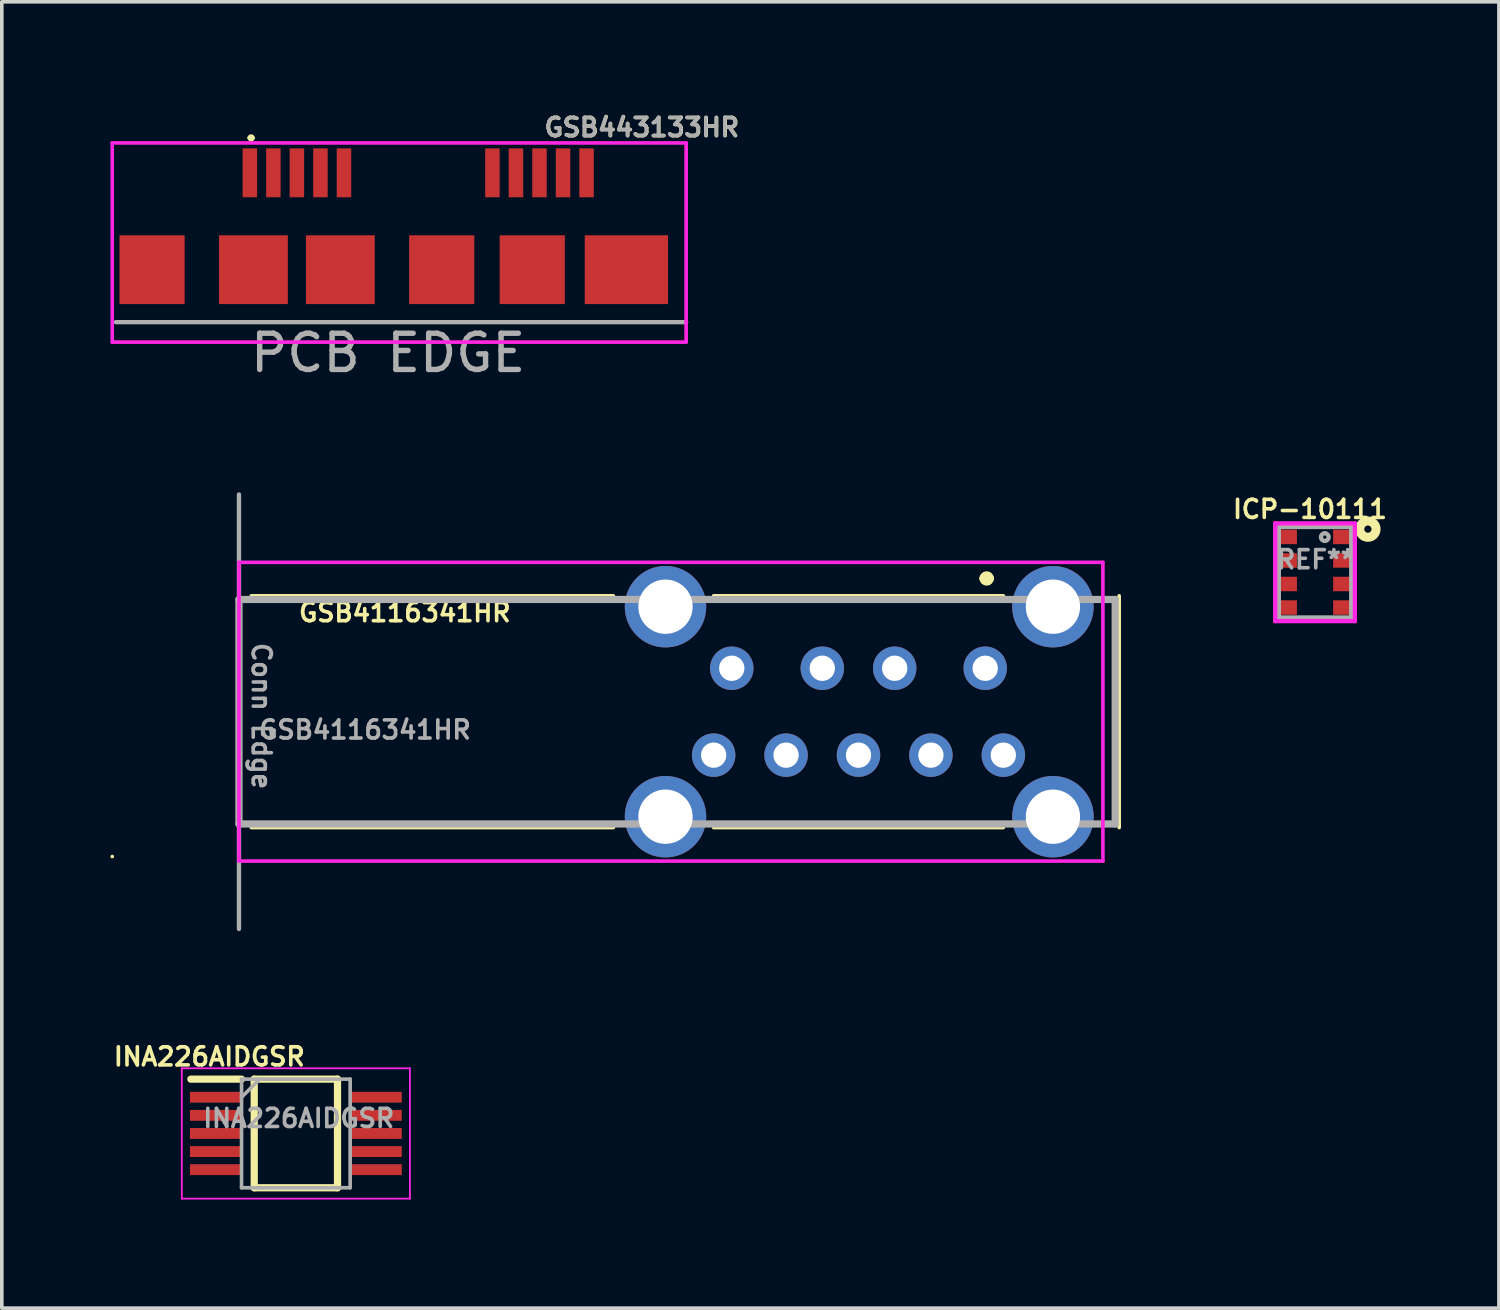
<source format=kicad_pcb>
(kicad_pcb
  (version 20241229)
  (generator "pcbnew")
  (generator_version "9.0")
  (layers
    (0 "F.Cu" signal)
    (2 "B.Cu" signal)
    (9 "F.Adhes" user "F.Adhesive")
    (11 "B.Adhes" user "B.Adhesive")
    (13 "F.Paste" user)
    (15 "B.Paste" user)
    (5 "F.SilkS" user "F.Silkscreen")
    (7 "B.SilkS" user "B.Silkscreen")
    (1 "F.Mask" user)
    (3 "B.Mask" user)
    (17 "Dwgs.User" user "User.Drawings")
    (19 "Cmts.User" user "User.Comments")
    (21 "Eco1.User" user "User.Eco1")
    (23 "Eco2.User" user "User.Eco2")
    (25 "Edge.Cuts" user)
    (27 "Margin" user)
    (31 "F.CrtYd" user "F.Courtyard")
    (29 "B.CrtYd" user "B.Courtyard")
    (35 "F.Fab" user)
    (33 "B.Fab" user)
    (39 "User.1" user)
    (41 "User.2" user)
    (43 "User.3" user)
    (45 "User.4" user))
  (footprint "GSB443133HR"
    (layer "F.Cu")
    (at 5.15 4.398)
    (property "Reference" "GSB443133HR" (at 9.53 -3.93 0) (layer "F.SilkS") (effects (font (size 0.5 0.5) (thickness 0.1))))
    (attr smd)
    (fp_line (start -1.315 -3.64) (end -1.315 -3.64) (stroke (width 0.1) (type solid)) (layer "F.SilkS"))
    (fp_line (start -1.215 -3.64) (end -1.215 -3.64) (stroke (width 0.1) (type solid)) (layer "F.SilkS"))
    (fp_arc (start -1.315 -3.64) (mid -1.265 -3.69) (end -1.215 -3.64) (stroke (width 0.1) (type solid)) (layer "F.SilkS"))
    (fp_arc (start -1.215 -3.64) (mid -1.265 -3.59) (end -1.315 -3.64) (stroke (width 0.1) (type solid)) (layer "F.SilkS"))
    (fp_line (start -5.1 -3.5) (end 10.75 -3.5) (stroke (width 0.1) (type solid)) (layer "F.CrtYd"))
    (fp_line (start -5.1 2) (end -5.1 -3.5) (stroke (width 0.1) (type solid)) (layer "F.CrtYd"))
    (fp_line (start 10.75 -3.5) (end 10.75 2) (stroke (width 0.1) (type solid)) (layer "F.CrtYd"))
    (fp_line (start 10.75 2) (end -5.1 2) (stroke (width 0.1) (type solid)) (layer "F.CrtYd"))
    (fp_line (start -5 1.45) (end 10.75 1.45) (stroke (width 0.12) (type solid)) (layer "F.Fab"))
    (fp_text user "PCB EDGE" (at 2.52 2.3 0) (layer "F.Fab") (effects (font (size 1 1) (thickness 0.15))))
    (fp_text user "${REFERENCE}" (at 9.52 -3.93 0) (layer "F.Fab") (effects (font (size 0.5 0.5) (thickness 0.1))))
    (pad "1" smd rect (at -1.3 -2.675) (size 0.4 1.35) (layers "F.Cu" "F.Mask" "F.Paste"))
    (pad "2" smd rect (at -0.65 -2.675) (size 0.4 1.35) (layers "F.Cu" "F.Mask" "F.Paste"))
    (pad "3" smd rect (at 0 -2.675) (size 0.4 1.35) (layers "F.Cu" "F.Mask" "F.Paste"))
    (pad "4" smd rect (at 0.65 -2.675) (size 0.4 1.35) (layers "F.Cu" "F.Mask" "F.Paste"))
    (pad "5" smd rect (at 1.3 -2.675) (size 0.4 1.35) (layers "F.Cu" "F.Mask" "F.Paste"))
    (pad "6" smd rect (at 5.4 -2.675) (size 0.4 1.35) (layers "F.Cu" "F.Mask" "F.Paste"))
    (pad "7" smd rect (at 6.05 -2.675) (size 0.4 1.35) (layers "F.Cu" "F.Mask" "F.Paste"))
    (pad "8" smd rect (at 6.7 -2.675) (size 0.4 1.35) (layers "F.Cu" "F.Mask" "F.Paste"))
    (pad "9" smd rect (at 7.35 -2.675) (size 0.4 1.35) (layers "F.Cu" "F.Mask" "F.Paste"))
    (pad "10" smd rect (at 8 -2.675) (size 0.4 1.35) (layers "F.Cu" "F.Mask" "F.Paste"))
    (pad "11" smd rect (at -4 0) (size 1.8 1.9) (layers "F.Cu" "F.Mask" "F.Paste"))
    (pad "12" smd rect (at -1.2 0) (size 1.9 1.9) (layers "F.Cu" "F.Mask" "F.Paste"))
    (pad "13" smd rect (at 1.2 0) (size 1.9 1.9) (layers "F.Cu" "F.Mask" "F.Paste"))
    (pad "14" smd rect (at 4 0) (size 1.8 1.9) (layers "F.Cu" "F.Mask" "F.Paste"))
    (pad "15" smd rect (at 6.5 0) (size 1.8 1.9) (layers "F.Cu" "F.Mask" "F.Paste"))
    (pad "16" smd rect (at 9.1 0) (size 2.3 1.9) (layers "F.Cu" "F.Mask" "F.Paste")))
  (footprint "ICP-10111"
    (layer "F.Cu")
    (at 33.269 12.754)
    (property "Reference" "ICP-10111" (at -0.14 -1.74 0) (layer "F.SilkS") (effects (font (size 0.5 0.5) (thickness 0.1))))
    (attr through_hole)
    (fp_circle (center 1.46 -1.19) (end 1.56 -1.19) (stroke (width 0.25) (type solid)) (fill no) (layer "F.SilkS"))
    (fp_line (start -1.1 -1.35) (end 1.1 -1.35) (stroke (width 0.12) (type solid)) (layer "F.CrtYd"))
    (fp_line (start -1.1 1.35) (end -1.1 -1.35) (stroke (width 0.12) (type solid)) (layer "F.CrtYd"))
    (fp_line (start 1.1 -1.35) (end 1.1 1.35) (stroke (width 0.12) (type solid)) (layer "F.CrtYd"))
    (fp_line (start 1.1 1.35) (end -1.1 1.35) (stroke (width 0.12) (type solid)) (layer "F.CrtYd"))
    (fp_line (start -1 -1.25) (end 1 -1.25) (stroke (width 0.12) (type solid)) (layer "F.Fab"))
    (fp_line (start -1 1.25) (end -1 -1.25) (stroke (width 0.12) (type solid)) (layer "F.Fab"))
    (fp_line (start 1 -1.25) (end 1 1.25) (stroke (width 0.12) (type solid)) (layer "F.Fab"))
    (fp_line (start 1 1.25) (end -1 1.25) (stroke (width 0.12) (type solid)) (layer "F.Fab"))
    (fp_circle (center 0.27 -0.97) (end 0.376 -0.97) (stroke (width 0.12) (type solid)) (fill no) (layer "F.Fab"))
    (fp_text user "REF**" (at 0.02 -0.35 0) (layer "F.Fab") (effects (font (size 0.5 0.5) (thickness 0.1))))
    (pad "1" smd rect (at 0.75 -0.975) (size 0.5 0.4) (layers "F.Cu" "F.Mask" "F.Paste"))
    (pad "2" smd rect (at 0.75 -0.325) (size 0.5 0.4) (layers "F.Cu" "F.Mask" "F.Paste"))
    (pad "3" smd rect (at 0.75 0.325) (size 0.5 0.4) (layers "F.Cu" "F.Mask" "F.Paste"))
    (pad "4" smd rect (at 0.75 0.975) (size 0.5 0.4) (layers "F.Cu" "F.Mask" "F.Paste"))
    (pad "5" smd rect (at -0.75 0.975) (size 0.5 0.4) (layers "F.Cu" "F.Mask" "F.Paste"))
    (pad "6" smd rect (at -0.75 0.325) (size 0.5 0.4) (layers "F.Cu" "F.Mask" "F.Paste"))
    (pad "7" smd rect (at -0.75 -0.325) (size 0.5 0.4) (layers "F.Cu" "F.Mask" "F.Paste"))
    (pad "8" smd rect (at -0.75 -0.975) (size 0.5 0.4) (layers "F.Cu" "F.Mask" "F.Paste")))
  (footprint "INA226AIDGSR"
    (layer "F.Cu")
    (at 5.121 28.254)
    (property "Reference" "INA226AIDGSR" (at -2.39 -2.12 0) (layer "F.SilkS") (effects (font (size 0.5 0.5) (thickness 0.1))))
    (attr smd)
    (fp_line (start -2.9 -1.5) (end -1.5 -1.5) (stroke (width 0.2) (type solid)) (layer "F.SilkS"))
    (fp_line (start -1.15 -1.5) (end 1.15 -1.5) (stroke (width 0.2) (type solid)) (layer "F.SilkS"))
    (fp_line (start -1.15 1.5) (end -1.15 -1.5) (stroke (width 0.2) (type solid)) (layer "F.SilkS"))
    (fp_line (start 1.15 -1.5) (end 1.15 1.5) (stroke (width 0.2) (type solid)) (layer "F.SilkS"))
    (fp_line (start 1.15 1.5) (end -1.15 1.5) (stroke (width 0.2) (type solid)) (layer "F.SilkS"))
    (fp_line (start -3.15 -1.8) (end 3.15 -1.8) (stroke (width 0.05) (type solid)) (layer "F.CrtYd"))
    (fp_line (start -3.15 1.8) (end -3.15 -1.8) (stroke (width 0.05) (type solid)) (layer "F.CrtYd"))
    (fp_line (start 3.15 -1.8) (end 3.15 1.8) (stroke (width 0.05) (type solid)) (layer "F.CrtYd"))
    (fp_line (start 3.15 1.8) (end -3.15 1.8) (stroke (width 0.05) (type solid)) (layer "F.CrtYd"))
    (fp_line (start -1.5 -1.5) (end 1.5 -1.5) (stroke (width 0.1) (type solid)) (layer "F.Fab"))
    (fp_line (start -1.5 -1) (end -1 -1.5) (stroke (width 0.1) (type solid)) (layer "F.Fab"))
    (fp_line (start -1.5 1.5) (end -1.5 -1.5) (stroke (width 0.1) (type solid)) (layer "F.Fab"))
    (fp_line (start 1.5 -1.5) (end 1.5 1.5) (stroke (width 0.1) (type solid)) (layer "F.Fab"))
    (fp_line (start 1.5 1.5) (end -1.5 1.5) (stroke (width 0.1) (type solid)) (layer "F.Fab"))
    (fp_text user "${REFERENCE}" (at 0.08 -0.42 0) (layer "F.Fab") (effects (font (size 0.5 0.5) (thickness 0.1))))
    (pad "1" smd rect (at -2.2 -1 90) (size 0.3 1.45) (layers "F.Cu" "F.Mask" "F.Paste"))
    (pad "2" smd rect (at -2.2 -0.5 90) (size 0.3 1.45) (layers "F.Cu" "F.Mask" "F.Paste"))
    (pad "3" smd rect (at -2.2 0 90) (size 0.3 1.45) (layers "F.Cu" "F.Mask" "F.Paste"))
    (pad "4" smd rect (at -2.2 0.5 90) (size 0.3 1.45) (layers "F.Cu" "F.Mask" "F.Paste"))
    (pad "5" smd rect (at -2.2 1 90) (size 0.3 1.45) (layers "F.Cu" "F.Mask" "F.Paste"))
    (pad "6" smd rect (at 2.2 1 90) (size 0.3 1.45) (layers "F.Cu" "F.Mask" "F.Paste"))
    (pad "7" smd rect (at 2.2 0.5 90) (size 0.3 1.45) (layers "F.Cu" "F.Mask" "F.Paste"))
    (pad "8" smd rect (at 2.2 0 90) (size 0.3 1.45) (layers "F.Cu" "F.Mask" "F.Paste"))
    (pad "9" smd rect (at 2.2 -0.5 90) (size 0.3 1.45) (layers "F.Cu" "F.Mask" "F.Paste"))
    (pad "10" smd rect (at 2.2 -1 90) (size 0.3 1.45) (layers "F.Cu" "F.Mask" "F.Paste")))
  (footprint "GSB4116341HR"
    (layer "F.Cu")
    (at 20.66 16.606)
    (property "Reference" "GSB4116341HR" (at -12.53 -2.74 0) (layer "F.SilkS") (effects (font (size 0.5 0.5) (thickness 0.1))))
    (attr through_hole)
    (fp_line (start -20.61 4) (end -20.61 4) (stroke (width 0.1) (type solid)) (layer "F.SilkS"))
    (fp_line (start -16.77 3.2) (end -6.77 3.2) (stroke (width 0.1) (type solid)) (layer "F.SilkS"))
    (fp_line (start -6.77 -3.2) (end -16.77 -3.2) (stroke (width 0.1) (type solid)) (layer "F.SilkS"))
    (fp_line (start -4 -3.2) (end 4 -3.2) (stroke (width 0.1) (type solid)) (layer "F.SilkS"))
    (fp_line (start -4 3.2) (end 4 3.2) (stroke (width 0.1) (type solid)) (layer "F.SilkS"))
    (fp_line (start 3.44 -3.68) (end 3.44 -3.68) (stroke (width 0.2) (type solid)) (layer "F.SilkS"))
    (fp_line (start 3.64 -3.68) (end 3.64 -3.68) (stroke (width 0.2) (type solid)) (layer "F.SilkS"))
    (fp_line (start 7.2 -3.2) (end 7.2 3.2) (stroke (width 0.1) (type solid)) (layer "F.SilkS"))
    (fp_arc (start 3.44 -3.68) (mid 3.54 -3.78) (end 3.64 -3.68) (stroke (width 0.2) (type solid)) (layer "F.SilkS"))
    (fp_arc (start 3.64 -3.68) (mid 3.54 -3.58) (end 3.44 -3.68) (stroke (width 0.2) (type solid)) (layer "F.SilkS"))
    (fp_line (start -17.11 -4.125) (end 6.75 -4.125) (stroke (width 0.1) (type solid)) (layer "F.CrtYd"))
    (fp_line (start -17.11 4.125) (end -17.11 -4.125) (stroke (width 0.1) (type solid)) (layer "F.CrtYd"))
    (fp_line (start 6.75 -4.125) (end 6.75 4.125) (stroke (width 0.1) (type solid)) (layer "F.CrtYd"))
    (fp_line (start 6.75 4.125) (end -17.11 4.125) (stroke (width 0.1) (type solid)) (layer "F.CrtYd"))
    (fp_line (start -17.11 -3.1) (end 7.09 -3.1) (stroke (width 0.2) (type solid)) (layer "F.Fab"))
    (fp_line (start -17.11 3.1) (end -17.11 -3.1) (stroke (width 0.2) (type solid)) (layer "F.Fab"))
    (fp_line (start -17.11 6) (end -17.11 -6) (stroke (width 0.12) (type solid)) (layer "F.Fab"))
    (fp_line (start 7.09 3.1) (end -17.11 3.1) (stroke (width 0.2) (type solid)) (layer "F.Fab"))
    (fp_line (start 7.09 3.1) (end 7.09 -3.1) (stroke (width 0.2) (type solid)) (layer "F.Fab"))
    (fp_text user "Conn Edge" (at -16.49 0.12 270) (unlocked yes) (layer "F.Fab") (effects (font (size 0.5 0.5) (thickness 0.1))))
    (fp_text user "${REFERENCE}" (at -13.63 0.5 0) (layer "F.Fab") (effects (font (size 0.5 0.5) (thickness 0.1))))
    (pad "1" thru_hole circle (at 3.5 -1.2) (size 1.2 1.2) (drill 0.7) (layers "*.Cu" "*.Mask"))
    (pad "2" thru_hole circle (at 1 -1.2) (size 1.2 1.2) (drill 0.7) (layers "*.Cu" "*.Mask"))
    (pad "3" thru_hole circle (at -1 -1.2) (size 1.2 1.2) (drill 0.7) (layers "*.Cu" "*.Mask"))
    (pad "4" thru_hole circle (at -3.5 -1.2) (size 1.2 1.2) (drill 0.7) (layers "*.Cu" "*.Mask"))
    (pad "5" thru_hole circle (at -4 1.2) (size 1.2 1.2) (drill 0.7) (layers "*.Cu" "*.Mask"))
    (pad "6" thru_hole circle (at -2 1.2) (size 1.2 1.2) (drill 0.7) (layers "*.Cu" "*.Mask"))
    (pad "7" thru_hole circle (at 0 1.2) (size 1.2 1.2) (drill 0.7) (layers "*.Cu" "*.Mask"))
    (pad "8" thru_hole circle (at 2 1.2) (size 1.2 1.2) (drill 0.7) (layers "*.Cu" "*.Mask"))
    (pad "9" thru_hole circle (at 4 1.2) (size 1.2 1.2) (drill 0.7) (layers "*.Cu" "*.Mask"))
    (pad "MH1" thru_hole circle (at -5.33 2.9) (size 2.25 2.25) (drill 1.5) (layers "*.Cu" "*.Mask"))
    (pad "MH2" thru_hole circle (at 5.37 2.9) (size 2.25 2.25) (drill 1.5) (layers "*.Cu" "*.Mask"))
    (pad "MH3" thru_hole circle (at 5.37 -2.9) (size 2.25 2.25) (drill 1.5) (layers "*.Cu" "*.Mask"))
    (pad "MH4" thru_hole circle (at -5.33 -2.9) (size 2.25 2.25) (drill 1.5) (layers "*.Cu" "*.Mask")))
  (gr_rect
    (start -3 -3)
    (end 38.348 33.079)
    (stroke (width 0.1) (type default))
    (fill no)
    (layer "Edge.Cuts")))
</source>
